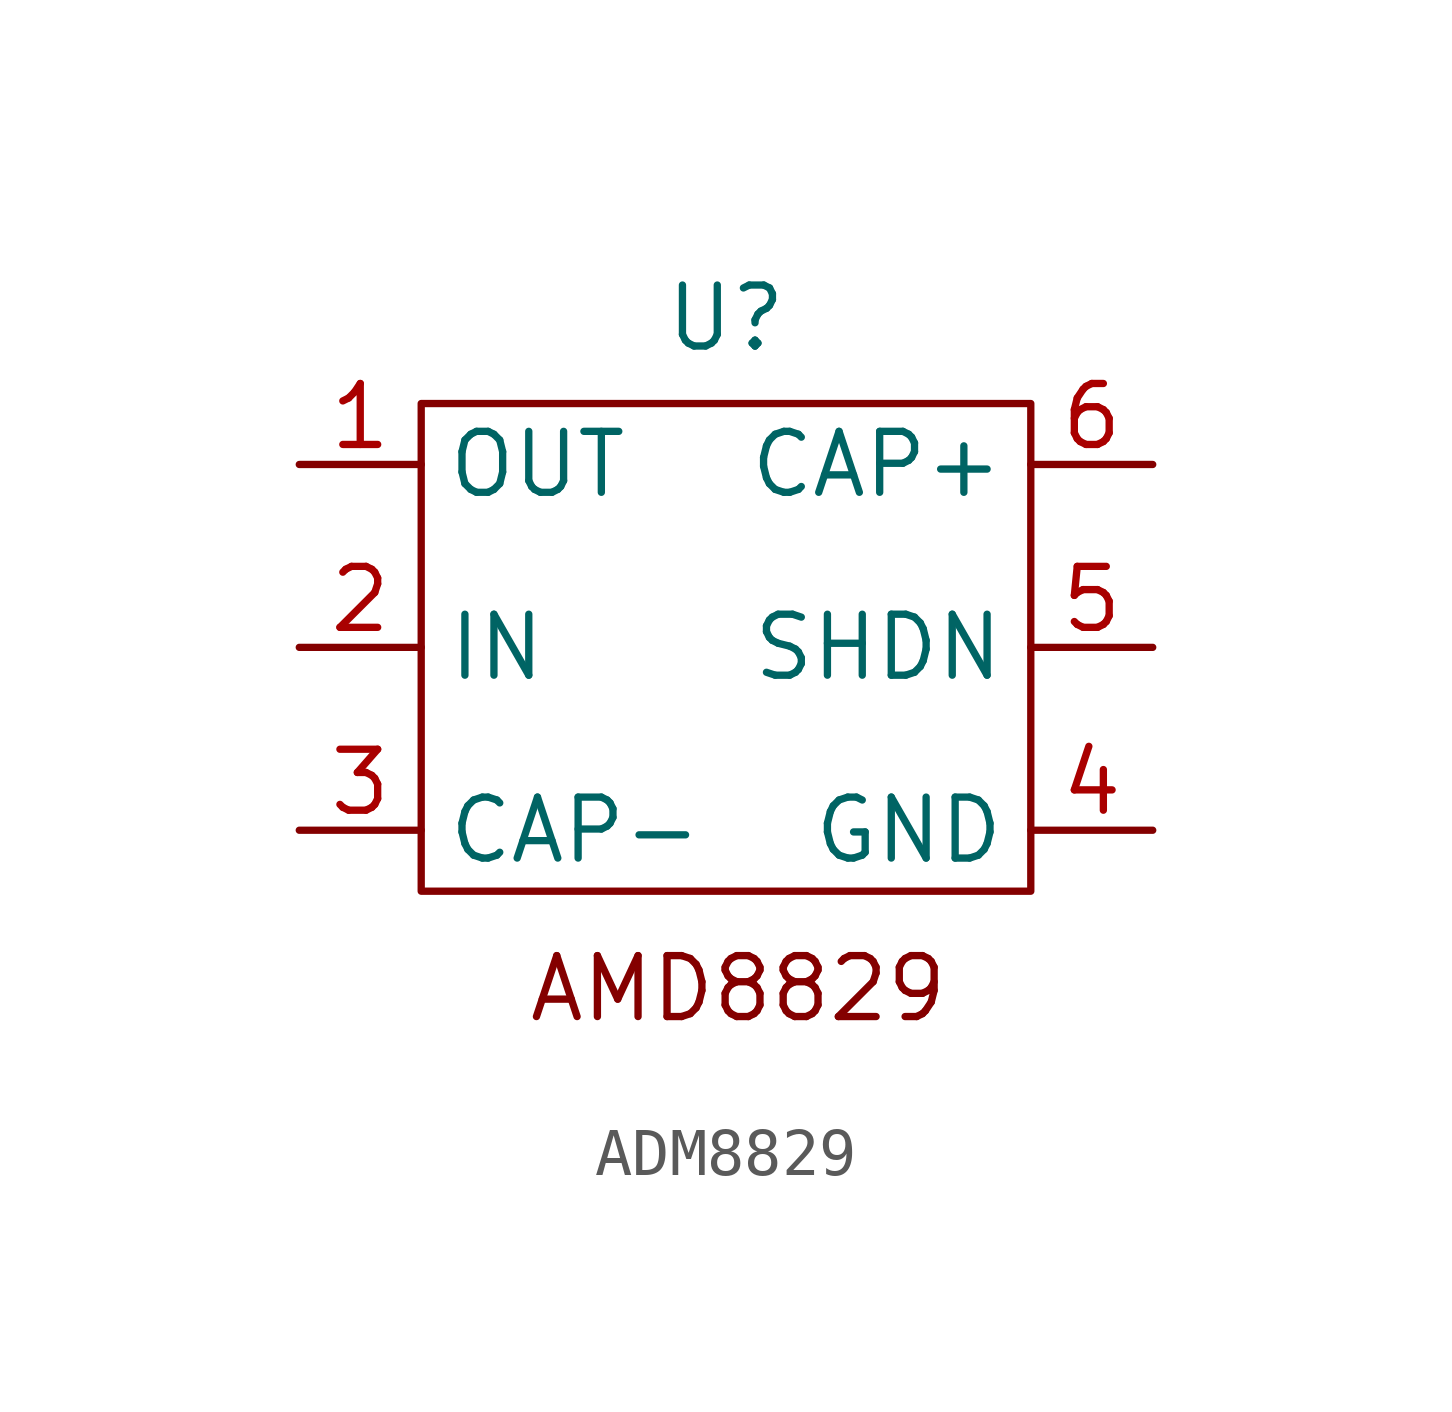
<source format=kicad_sym>
(kicad_symbol_lib
  (version 20241209)
  (generator "kicad_symbol_editor")
  (generator_version "9.0")
  (symbol "ADM8829"
    (property "Reference" "U"
      (at 0 6.858 0)
      (effects (font (size 1.27 1.27))))
    (property "Value" ""
      (at 0 0 0)
      (effects (font (size 1.27 1.27))))
    (symbol "ADM8829_1_1"
      (rectangle (start -6.35 5.08) (end 6.35 -5.08) (stroke (width 0) (type default)) (fill (type none)))
      (text "AMD8829" (at 0.254 -7.112 0) (effects (font (size 1.27 1.27))))
      (pin output line (at -8.89 3.81 0) (length 2.54) (name "OUT" (effects (font (size 1.27 1.27)))) (number "1" (effects (font (size 1.27 1.27)))))
      (pin input line (at -8.89 0 0) (length 2.54) (name "IN" (effects (font (size 1.27 1.27)))) (number "2" (effects (font (size 1.27 1.27)))))
      (pin passive line (at -8.89 -3.81 0) (length 2.54) (name "CAP-" (effects (font (size 1.27 1.27)))) (number "3" (effects (font (size 1.27 1.27)))))
      (pin passive line (at 8.89 3.81 180) (length 2.54) (name "CAP+" (effects (font (size 1.27 1.27)))) (number "6" (effects (font (size 1.27 1.27)))))
      (pin passive line (at 8.89 0 180) (length 2.54) (name "SHDN" (effects (font (size 1.27 1.27)))) (number "5" (effects (font (size 1.27 1.27)))))
      (pin power_out line (at 8.89 -3.81 180) (length 2.54) (name "GND" (effects (font (size 1.27 1.27)))) (number "4" (effects (font (size 1.27 1.27))))))))
</source>
